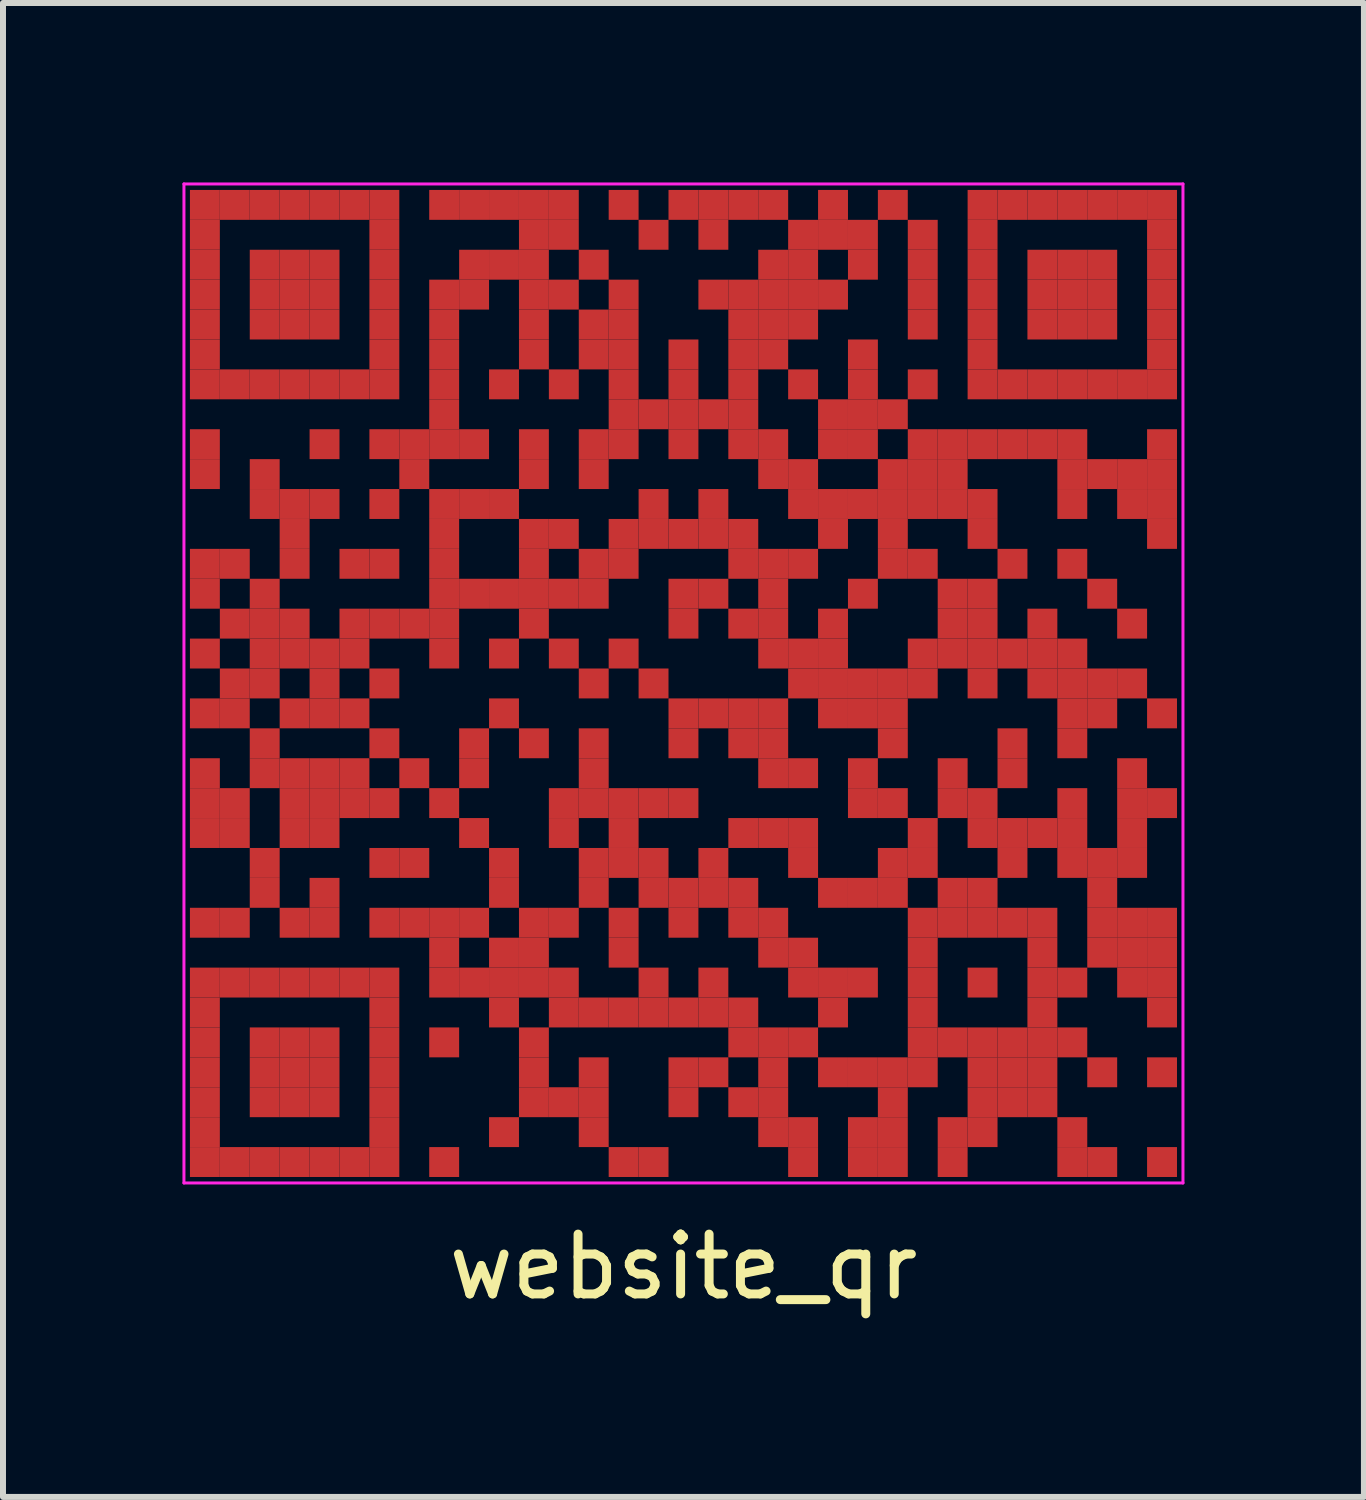
<source format=kicad_pcb>
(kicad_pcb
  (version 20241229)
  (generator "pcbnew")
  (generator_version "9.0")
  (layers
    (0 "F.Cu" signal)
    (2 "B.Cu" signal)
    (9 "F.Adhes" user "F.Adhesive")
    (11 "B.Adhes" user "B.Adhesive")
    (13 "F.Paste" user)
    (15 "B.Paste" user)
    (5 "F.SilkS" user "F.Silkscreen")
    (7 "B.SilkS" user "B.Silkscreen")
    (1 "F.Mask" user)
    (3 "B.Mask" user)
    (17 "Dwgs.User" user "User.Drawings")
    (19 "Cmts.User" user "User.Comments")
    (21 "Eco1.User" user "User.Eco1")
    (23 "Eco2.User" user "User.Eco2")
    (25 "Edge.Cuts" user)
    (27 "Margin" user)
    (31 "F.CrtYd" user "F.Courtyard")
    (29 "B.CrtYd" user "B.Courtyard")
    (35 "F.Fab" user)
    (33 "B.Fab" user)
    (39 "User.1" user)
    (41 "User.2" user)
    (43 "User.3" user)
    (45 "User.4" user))
  (footprint "website_qr"
    (layer "F.Cu")
    (at 8.375 8.375)
    (property "Reference" "website_qr" (at 0 9.75 0) (layer "F.SilkS") (effects (font (size 1 1) (thickness 0.15))))
    (fp_rect (start -8.3 -8.3) (end 8.3 8.3) (stroke (width 0) (type solid)) (fill yes) (layer "F.Mask"))
    (fp_line (start -8.35 -8.35) (end 8.35 -8.35) (stroke (width 0.05) (type solid)) (layer "F.CrtYd"))
    (fp_line (start -8.35 8.35) (end -8.35 -8.35) (stroke (width 0.05) (type solid)) (layer "F.CrtYd"))
    (fp_line (start 8.35 -8.35) (end 8.35 8.35) (stroke (width 0.05) (type solid)) (layer "F.CrtYd"))
    (fp_line (start 8.35 8.35) (end -8.35 8.35) (stroke (width 0.05) (type solid)) (layer "F.CrtYd"))
    (pad "" smd rect (at -8 -8) (size 0.5 0.5) (layers "F.Cu"))
    (pad "" smd rect (at -8 -7.5) (size 0.5 0.5) (layers "F.Cu"))
    (pad "" smd rect (at -8 -7) (size 0.5 0.5) (layers "F.Cu"))
    (pad "" smd rect (at -8 -6.5) (size 0.5 0.5) (layers "F.Cu"))
    (pad "" smd rect (at -8 -6) (size 0.5 0.5) (layers "F.Cu"))
    (pad "" smd rect (at -8 -5.5) (size 0.5 0.5) (layers "F.Cu"))
    (pad "" smd rect (at -8 -5) (size 0.5 0.5) (layers "F.Cu"))
    (pad "" smd rect (at -8 -4) (size 0.5 0.5) (layers "F.Cu"))
    (pad "" smd rect (at -8 -3.5) (size 0.5 0.5) (layers "F.Cu"))
    (pad "" smd rect (at -8 -2) (size 0.5 0.5) (layers "F.Cu"))
    (pad "" smd rect (at -8 -1.5) (size 0.5 0.5) (layers "F.Cu"))
    (pad "" smd rect (at -8 -0.5) (size 0.5 0.5) (layers "F.Cu"))
    (pad "" smd rect (at -8 0.5) (size 0.5 0.5) (layers "F.Cu"))
    (pad "" smd rect (at -8 1.5) (size 0.5 0.5) (layers "F.Cu"))
    (pad "" smd rect (at -8 2) (size 0.5 0.5) (layers "F.Cu"))
    (pad "" smd rect (at -8 2.5) (size 0.5 0.5) (layers "F.Cu"))
    (pad "" smd rect (at -8 4) (size 0.5 0.5) (layers "F.Cu"))
    (pad "" smd rect (at -8 5) (size 0.5 0.5) (layers "F.Cu"))
    (pad "" smd rect (at -8 5.5) (size 0.5 0.5) (layers "F.Cu"))
    (pad "" smd rect (at -8 6) (size 0.5 0.5) (layers "F.Cu"))
    (pad "" smd rect (at -8 6.5) (size 0.5 0.5) (layers "F.Cu"))
    (pad "" smd rect (at -8 7) (size 0.5 0.5) (layers "F.Cu"))
    (pad "" smd rect (at -8 7.5) (size 0.5 0.5) (layers "F.Cu"))
    (pad "" smd rect (at -8 8) (size 0.5 0.5) (layers "F.Cu"))
    (pad "" smd rect (at -7.5 -8) (size 0.5 0.5) (layers "F.Cu"))
    (pad "" smd rect (at -7.5 -5) (size 0.5 0.5) (layers "F.Cu"))
    (pad "" smd rect (at -7.5 -2) (size 0.5 0.5) (layers "F.Cu"))
    (pad "" smd rect (at -7.5 -1) (size 0.5 0.5) (layers "F.Cu"))
    (pad "" smd rect (at -7.5 0) (size 0.5 0.5) (layers "F.Cu"))
    (pad "" smd rect (at -7.5 0.5) (size 0.5 0.5) (layers "F.Cu"))
    (pad "" smd rect (at -7.5 2) (size 0.5 0.5) (layers "F.Cu"))
    (pad "" smd rect (at -7.5 2.5) (size 0.5 0.5) (layers "F.Cu"))
    (pad "" smd rect (at -7.5 4) (size 0.5 0.5) (layers "F.Cu"))
    (pad "" smd rect (at -7.5 5) (size 0.5 0.5) (layers "F.Cu"))
    (pad "" smd rect (at -7.5 8) (size 0.5 0.5) (layers "F.Cu"))
    (pad "" smd rect (at -7 -8) (size 0.5 0.5) (layers "F.Cu"))
    (pad "" smd rect (at -7 -7) (size 0.5 0.5) (layers "F.Cu"))
    (pad "" smd rect (at -7 -6.5) (size 0.5 0.5) (layers "F.Cu"))
    (pad "" smd rect (at -7 -6) (size 0.5 0.5) (layers "F.Cu"))
    (pad "" smd rect (at -7 -5) (size 0.5 0.5) (layers "F.Cu"))
    (pad "" smd rect (at -7 -3.5) (size 0.5 0.5) (layers "F.Cu"))
    (pad "" smd rect (at -7 -3) (size 0.5 0.5) (layers "F.Cu"))
    (pad "" smd rect (at -7 -1.5) (size 0.5 0.5) (layers "F.Cu"))
    (pad "" smd rect (at -7 -1) (size 0.5 0.5) (layers "F.Cu"))
    (pad "" smd rect (at -7 -0.5) (size 0.5 0.5) (layers "F.Cu"))
    (pad "" smd rect (at -7 0) (size 0.5 0.5) (layers "F.Cu"))
    (pad "" smd rect (at -7 1) (size 0.5 0.5) (layers "F.Cu"))
    (pad "" smd rect (at -7 1.5) (size 0.5 0.5) (layers "F.Cu"))
    (pad "" smd rect (at -7 3) (size 0.5 0.5) (layers "F.Cu"))
    (pad "" smd rect (at -7 3.5) (size 0.5 0.5) (layers "F.Cu"))
    (pad "" smd rect (at -7 5) (size 0.5 0.5) (layers "F.Cu"))
    (pad "" smd rect (at -7 6) (size 0.5 0.5) (layers "F.Cu"))
    (pad "" smd rect (at -7 6.5) (size 0.5 0.5) (layers "F.Cu"))
    (pad "" smd rect (at -7 7) (size 0.5 0.5) (layers "F.Cu"))
    (pad "" smd rect (at -7 8) (size 0.5 0.5) (layers "F.Cu"))
    (pad "" smd rect (at -6.5 -8) (size 0.5 0.5) (layers "F.Cu"))
    (pad "" smd rect (at -6.5 -7) (size 0.5 0.5) (layers "F.Cu"))
    (pad "" smd rect (at -6.5 -6.5) (size 0.5 0.5) (layers "F.Cu"))
    (pad "" smd rect (at -6.5 -6) (size 0.5 0.5) (layers "F.Cu"))
    (pad "" smd rect (at -6.5 -5) (size 0.5 0.5) (layers "F.Cu"))
    (pad "" smd rect (at -6.5 -3) (size 0.5 0.5) (layers "F.Cu"))
    (pad "" smd rect (at -6.5 -2.5) (size 0.5 0.5) (layers "F.Cu"))
    (pad "" smd rect (at -6.5 -2) (size 0.5 0.5) (layers "F.Cu"))
    (pad "" smd rect (at -6.5 -1) (size 0.5 0.5) (layers "F.Cu"))
    (pad "" smd rect (at -6.5 -0.5) (size 0.5 0.5) (layers "F.Cu"))
    (pad "" smd rect (at -6.5 0.5) (size 0.5 0.5) (layers "F.Cu"))
    (pad "" smd rect (at -6.5 1.5) (size 0.5 0.5) (layers "F.Cu"))
    (pad "" smd rect (at -6.5 2) (size 0.5 0.5) (layers "F.Cu"))
    (pad "" smd rect (at -6.5 2.5) (size 0.5 0.5) (layers "F.Cu"))
    (pad "" smd rect (at -6.5 4) (size 0.5 0.5) (layers "F.Cu"))
    (pad "" smd rect (at -6.5 5) (size 0.5 0.5) (layers "F.Cu"))
    (pad "" smd rect (at -6.5 6) (size 0.5 0.5) (layers "F.Cu"))
    (pad "" smd rect (at -6.5 6.5) (size 0.5 0.5) (layers "F.Cu"))
    (pad "" smd rect (at -6.5 7) (size 0.5 0.5) (layers "F.Cu"))
    (pad "" smd rect (at -6.5 8) (size 0.5 0.5) (layers "F.Cu"))
    (pad "" smd rect (at -6 -8) (size 0.5 0.5) (layers "F.Cu"))
    (pad "" smd rect (at -6 -7) (size 0.5 0.5) (layers "F.Cu"))
    (pad "" smd rect (at -6 -6.5) (size 0.5 0.5) (layers "F.Cu"))
    (pad "" smd rect (at -6 -6) (size 0.5 0.5) (layers "F.Cu"))
    (pad "" smd rect (at -6 -5) (size 0.5 0.5) (layers "F.Cu"))
    (pad "" smd rect (at -6 -4) (size 0.5 0.5) (layers "F.Cu"))
    (pad "" smd rect (at -6 -3) (size 0.5 0.5) (layers "F.Cu"))
    (pad "" smd rect (at -6 -0.5) (size 0.5 0.5) (layers "F.Cu"))
    (pad "" smd rect (at -6 0) (size 0.5 0.5) (layers "F.Cu"))
    (pad "" smd rect (at -6 0.5) (size 0.5 0.5) (layers "F.Cu"))
    (pad "" smd rect (at -6 1.5) (size 0.5 0.5) (layers "F.Cu"))
    (pad "" smd rect (at -6 2) (size 0.5 0.5) (layers "F.Cu"))
    (pad "" smd rect (at -6 2.5) (size 0.5 0.5) (layers "F.Cu"))
    (pad "" smd rect (at -6 3.5) (size 0.5 0.5) (layers "F.Cu"))
    (pad "" smd rect (at -6 4) (size 0.5 0.5) (layers "F.Cu"))
    (pad "" smd rect (at -6 5) (size 0.5 0.5) (layers "F.Cu"))
    (pad "" smd rect (at -6 6) (size 0.5 0.5) (layers "F.Cu"))
    (pad "" smd rect (at -6 6.5) (size 0.5 0.5) (layers "F.Cu"))
    (pad "" smd rect (at -6 7) (size 0.5 0.5) (layers "F.Cu"))
    (pad "" smd rect (at -6 8) (size 0.5 0.5) (layers "F.Cu"))
    (pad "" smd rect (at -5.5 -8) (size 0.5 0.5) (layers "F.Cu"))
    (pad "" smd rect (at -5.5 -5) (size 0.5 0.5) (layers "F.Cu"))
    (pad "" smd rect (at -5.5 -2) (size 0.5 0.5) (layers "F.Cu"))
    (pad "" smd rect (at -5.5 -1) (size 0.5 0.5) (layers "F.Cu"))
    (pad "" smd rect (at -5.5 -0.5) (size 0.5 0.5) (layers "F.Cu"))
    (pad "" smd rect (at -5.5 0.5) (size 0.5 0.5) (layers "F.Cu"))
    (pad "" smd rect (at -5.5 1.5) (size 0.5 0.5) (layers "F.Cu"))
    (pad "" smd rect (at -5.5 2) (size 0.5 0.5) (layers "F.Cu"))
    (pad "" smd rect (at -5.5 5) (size 0.5 0.5) (layers "F.Cu"))
    (pad "" smd rect (at -5.5 8) (size 0.5 0.5) (layers "F.Cu"))
    (pad "" smd rect (at -5 -8) (size 0.5 0.5) (layers "F.Cu"))
    (pad "" smd rect (at -5 -7.5) (size 0.5 0.5) (layers "F.Cu"))
    (pad "" smd rect (at -5 -7) (size 0.5 0.5) (layers "F.Cu"))
    (pad "" smd rect (at -5 -6.5) (size 0.5 0.5) (layers "F.Cu"))
    (pad "" smd rect (at -5 -6) (size 0.5 0.5) (layers "F.Cu"))
    (pad "" smd rect (at -5 -5.5) (size 0.5 0.5) (layers "F.Cu"))
    (pad "" smd rect (at -5 -5) (size 0.5 0.5) (layers "F.Cu"))
    (pad "" smd rect (at -5 -4) (size 0.5 0.5) (layers "F.Cu"))
    (pad "" smd rect (at -5 -3) (size 0.5 0.5) (layers "F.Cu"))
    (pad "" smd rect (at -5 -2) (size 0.5 0.5) (layers "F.Cu"))
    (pad "" smd rect (at -5 -1) (size 0.5 0.5) (layers "F.Cu"))
    (pad "" smd rect (at -5 0) (size 0.5 0.5) (layers "F.Cu"))
    (pad "" smd rect (at -5 1) (size 0.5 0.5) (layers "F.Cu"))
    (pad "" smd rect (at -5 2) (size 0.5 0.5) (layers "F.Cu"))
    (pad "" smd rect (at -5 3) (size 0.5 0.5) (layers "F.Cu"))
    (pad "" smd rect (at -5 4) (size 0.5 0.5) (layers "F.Cu"))
    (pad "" smd rect (at -5 5) (size 0.5 0.5) (layers "F.Cu"))
    (pad "" smd rect (at -5 5.5) (size 0.5 0.5) (layers "F.Cu"))
    (pad "" smd rect (at -5 6) (size 0.5 0.5) (layers "F.Cu"))
    (pad "" smd rect (at -5 6.5) (size 0.5 0.5) (layers "F.Cu"))
    (pad "" smd rect (at -5 7) (size 0.5 0.5) (layers "F.Cu"))
    (pad "" smd rect (at -5 7.5) (size 0.5 0.5) (layers "F.Cu"))
    (pad "" smd rect (at -5 8) (size 0.5 0.5) (layers "F.Cu"))
    (pad "" smd rect (at -4.5 -4) (size 0.5 0.5) (layers "F.Cu"))
    (pad "" smd rect (at -4.5 -3.5) (size 0.5 0.5) (layers "F.Cu"))
    (pad "" smd rect (at -4.5 -1) (size 0.5 0.5) (layers "F.Cu"))
    (pad "" smd rect (at -4.5 1.5) (size 0.5 0.5) (layers "F.Cu"))
    (pad "" smd rect (at -4.5 3) (size 0.5 0.5) (layers "F.Cu"))
    (pad "" smd rect (at -4.5 4) (size 0.5 0.5) (layers "F.Cu"))
    (pad "" smd rect (at -4 -8) (size 0.5 0.5) (layers "F.Cu"))
    (pad "" smd rect (at -4 -6.5) (size 0.5 0.5) (layers "F.Cu"))
    (pad "" smd rect (at -4 -6) (size 0.5 0.5) (layers "F.Cu"))
    (pad "" smd rect (at -4 -5.5) (size 0.5 0.5) (layers "F.Cu"))
    (pad "" smd rect (at -4 -5) (size 0.5 0.5) (layers "F.Cu"))
    (pad "" smd rect (at -4 -4.5) (size 0.5 0.5) (layers "F.Cu"))
    (pad "" smd rect (at -4 -4) (size 0.5 0.5) (layers "F.Cu"))
    (pad "" smd rect (at -4 -3) (size 0.5 0.5) (layers "F.Cu"))
    (pad "" smd rect (at -4 -2.5) (size 0.5 0.5) (layers "F.Cu"))
    (pad "" smd rect (at -4 -2) (size 0.5 0.5) (layers "F.Cu"))
    (pad "" smd rect (at -4 -1.5) (size 0.5 0.5) (layers "F.Cu"))
    (pad "" smd rect (at -4 -1) (size 0.5 0.5) (layers "F.Cu"))
    (pad "" smd rect (at -4 -0.5) (size 0.5 0.5) (layers "F.Cu"))
    (pad "" smd rect (at -4 2) (size 0.5 0.5) (layers "F.Cu"))
    (pad "" smd rect (at -4 4) (size 0.5 0.5) (layers "F.Cu"))
    (pad "" smd rect (at -4 4.5) (size 0.5 0.5) (layers "F.Cu"))
    (pad "" smd rect (at -4 5) (size 0.5 0.5) (layers "F.Cu"))
    (pad "" smd rect (at -4 6) (size 0.5 0.5) (layers "F.Cu"))
    (pad "" smd rect (at -4 8) (size 0.5 0.5) (layers "F.Cu"))
    (pad "" smd rect (at -3.5 -8) (size 0.5 0.5) (layers "F.Cu"))
    (pad "" smd rect (at -3.5 -7) (size 0.5 0.5) (layers "F.Cu"))
    (pad "" smd rect (at -3.5 -6.5) (size 0.5 0.5) (layers "F.Cu"))
    (pad "" smd rect (at -3.5 -4) (size 0.5 0.5) (layers "F.Cu"))
    (pad "" smd rect (at -3.5 -3) (size 0.5 0.5) (layers "F.Cu"))
    (pad "" smd rect (at -3.5 -1.5) (size 0.5 0.5) (layers "F.Cu"))
    (pad "" smd rect (at -3.5 1) (size 0.5 0.5) (layers "F.Cu"))
    (pad "" smd rect (at -3.5 1.5) (size 0.5 0.5) (layers "F.Cu"))
    (pad "" smd rect (at -3.5 2.5) (size 0.5 0.5) (layers "F.Cu"))
    (pad "" smd rect (at -3.5 4) (size 0.5 0.5) (layers "F.Cu"))
    (pad "" smd rect (at -3.5 5) (size 0.5 0.5) (layers "F.Cu"))
    (pad "" smd rect (at -3 -8) (size 0.5 0.5) (layers "F.Cu"))
    (pad "" smd rect (at -3 -7) (size 0.5 0.5) (layers "F.Cu"))
    (pad "" smd rect (at -3 -5) (size 0.5 0.5) (layers "F.Cu"))
    (pad "" smd rect (at -3 -3) (size 0.5 0.5) (layers "F.Cu"))
    (pad "" smd rect (at -3 -1.5) (size 0.5 0.5) (layers "F.Cu"))
    (pad "" smd rect (at -3 -0.5) (size 0.5 0.5) (layers "F.Cu"))
    (pad "" smd rect (at -3 0.5) (size 0.5 0.5) (layers "F.Cu"))
    (pad "" smd rect (at -3 3) (size 0.5 0.5) (layers "F.Cu"))
    (pad "" smd rect (at -3 3.5) (size 0.5 0.5) (layers "F.Cu"))
    (pad "" smd rect (at -3 4.5) (size 0.5 0.5) (layers "F.Cu"))
    (pad "" smd rect (at -3 5) (size 0.5 0.5) (layers "F.Cu"))
    (pad "" smd rect (at -3 5.5) (size 0.5 0.5) (layers "F.Cu"))
    (pad "" smd rect (at -3 7.5) (size 0.5 0.5) (layers "F.Cu"))
    (pad "" smd rect (at -2.5 -8) (size 0.5 0.5) (layers "F.Cu"))
    (pad "" smd rect (at -2.5 -7.5) (size 0.5 0.5) (layers "F.Cu"))
    (pad "" smd rect (at -2.5 -7) (size 0.5 0.5) (layers "F.Cu"))
    (pad "" smd rect (at -2.5 -6.5) (size 0.5 0.5) (layers "F.Cu"))
    (pad "" smd rect (at -2.5 -6) (size 0.5 0.5) (layers "F.Cu"))
    (pad "" smd rect (at -2.5 -5.5) (size 0.5 0.5) (layers "F.Cu"))
    (pad "" smd rect (at -2.5 -4) (size 0.5 0.5) (layers "F.Cu"))
    (pad "" smd rect (at -2.5 -3.5) (size 0.5 0.5) (layers "F.Cu"))
    (pad "" smd rect (at -2.5 -2.5) (size 0.5 0.5) (layers "F.Cu"))
    (pad "" smd rect (at -2.5 -2) (size 0.5 0.5) (layers "F.Cu"))
    (pad "" smd rect (at -2.5 -1.5) (size 0.5 0.5) (layers "F.Cu"))
    (pad "" smd rect (at -2.5 -1) (size 0.5 0.5) (layers "F.Cu"))
    (pad "" smd rect (at -2.5 1) (size 0.5 0.5) (layers "F.Cu"))
    (pad "" smd rect (at -2.5 4) (size 0.5 0.5) (layers "F.Cu"))
    (pad "" smd rect (at -2.5 4.5) (size 0.5 0.5) (layers "F.Cu"))
    (pad "" smd rect (at -2.5 5) (size 0.5 0.5) (layers "F.Cu"))
    (pad "" smd rect (at -2.5 6) (size 0.5 0.5) (layers "F.Cu"))
    (pad "" smd rect (at -2.5 6.5) (size 0.5 0.5) (layers "F.Cu"))
    (pad "" smd rect (at -2.5 7) (size 0.5 0.5) (layers "F.Cu"))
    (pad "" smd rect (at -2 -8) (size 0.5 0.5) (layers "F.Cu"))
    (pad "" smd rect (at -2 -7.5) (size 0.5 0.5) (layers "F.Cu"))
    (pad "" smd rect (at -2 -6.5) (size 0.5 0.5) (layers "F.Cu"))
    (pad "" smd rect (at -2 -5) (size 0.5 0.5) (layers "F.Cu"))
    (pad "" smd rect (at -2 -2.5) (size 0.5 0.5) (layers "F.Cu"))
    (pad "" smd rect (at -2 -1.5) (size 0.5 0.5) (layers "F.Cu"))
    (pad "" smd rect (at -2 -0.5) (size 0.5 0.5) (layers "F.Cu"))
    (pad "" smd rect (at -2 2) (size 0.5 0.5) (layers "F.Cu"))
    (pad "" smd rect (at -2 2.5) (size 0.5 0.5) (layers "F.Cu"))
    (pad "" smd rect (at -2 4) (size 0.5 0.5) (layers "F.Cu"))
    (pad "" smd rect (at -2 5) (size 0.5 0.5) (layers "F.Cu"))
    (pad "" smd rect (at -2 5.5) (size 0.5 0.5) (layers "F.Cu"))
    (pad "" smd rect (at -2 7) (size 0.5 0.5) (layers "F.Cu"))
    (pad "" smd rect (at -1.5 -7) (size 0.5 0.5) (layers "F.Cu"))
    (pad "" smd rect (at -1.5 -6) (size 0.5 0.5) (layers "F.Cu"))
    (pad "" smd rect (at -1.5 -5.5) (size 0.5 0.5) (layers "F.Cu"))
    (pad "" smd rect (at -1.5 -4) (size 0.5 0.5) (layers "F.Cu"))
    (pad "" smd rect (at -1.5 -3.5) (size 0.5 0.5) (layers "F.Cu"))
    (pad "" smd rect (at -1.5 -2) (size 0.5 0.5) (layers "F.Cu"))
    (pad "" smd rect (at -1.5 -1.5) (size 0.5 0.5) (layers "F.Cu"))
    (pad "" smd rect (at -1.5 0) (size 0.5 0.5) (layers "F.Cu"))
    (pad "" smd rect (at -1.5 1) (size 0.5 0.5) (layers "F.Cu"))
    (pad "" smd rect (at -1.5 1.5) (size 0.5 0.5) (layers "F.Cu"))
    (pad "" smd rect (at -1.5 2) (size 0.5 0.5) (layers "F.Cu"))
    (pad "" smd rect (at -1.5 3) (size 0.5 0.5) (layers "F.Cu"))
    (pad "" smd rect (at -1.5 3.5) (size 0.5 0.5) (layers "F.Cu"))
    (pad "" smd rect (at -1.5 5.5) (size 0.5 0.5) (layers "F.Cu"))
    (pad "" smd rect (at -1.5 6.5) (size 0.5 0.5) (layers "F.Cu"))
    (pad "" smd rect (at -1.5 7) (size 0.5 0.5) (layers "F.Cu"))
    (pad "" smd rect (at -1.5 7.5) (size 0.5 0.5) (layers "F.Cu"))
    (pad "" smd rect (at -1 -8) (size 0.5 0.5) (layers "F.Cu"))
    (pad "" smd rect (at -1 -6.5) (size 0.5 0.5) (layers "F.Cu"))
    (pad "" smd rect (at -1 -6) (size 0.5 0.5) (layers "F.Cu"))
    (pad "" smd rect (at -1 -5.5) (size 0.5 0.5) (layers "F.Cu"))
    (pad "" smd rect (at -1 -5) (size 0.5 0.5) (layers "F.Cu"))
    (pad "" smd rect (at -1 -4.5) (size 0.5 0.5) (layers "F.Cu"))
    (pad "" smd rect (at -1 -4) (size 0.5 0.5) (layers "F.Cu"))
    (pad "" smd rect (at -1 -2.5) (size 0.5 0.5) (layers "F.Cu"))
    (pad "" smd rect (at -1 -2) (size 0.5 0.5) (layers "F.Cu"))
    (pad "" smd rect (at -1 -0.5) (size 0.5 0.5) (layers "F.Cu"))
    (pad "" smd rect (at -1 2) (size 0.5 0.5) (layers "F.Cu"))
    (pad "" smd rect (at -1 2.5) (size 0.5 0.5) (layers "F.Cu"))
    (pad "" smd rect (at -1 3) (size 0.5 0.5) (layers "F.Cu"))
    (pad "" smd rect (at -1 4) (size 0.5 0.5) (layers "F.Cu"))
    (pad "" smd rect (at -1 4.5) (size 0.5 0.5) (layers "F.Cu"))
    (pad "" smd rect (at -1 5.5) (size 0.5 0.5) (layers "F.Cu"))
    (pad "" smd rect (at -1 8) (size 0.5 0.5) (layers "F.Cu"))
    (pad "" smd rect (at -0.5 -7.5) (size 0.5 0.5) (layers "F.Cu"))
    (pad "" smd rect (at -0.5 -4.5) (size 0.5 0.5) (layers "F.Cu"))
    (pad "" smd rect (at -0.5 -3) (size 0.5 0.5) (layers "F.Cu"))
    (pad "" smd rect (at -0.5 -2.5) (size 0.5 0.5) (layers "F.Cu"))
    (pad "" smd rect (at -0.5 0) (size 0.5 0.5) (layers "F.Cu"))
    (pad "" smd rect (at -0.5 2) (size 0.5 0.5) (layers "F.Cu"))
    (pad "" smd rect (at -0.5 3) (size 0.5 0.5) (layers "F.Cu"))
    (pad "" smd rect (at -0.5 3.5) (size 0.5 0.5) (layers "F.Cu"))
    (pad "" smd rect (at -0.5 5) (size 0.5 0.5) (layers "F.Cu"))
    (pad "" smd rect (at -0.5 5.5) (size 0.5 0.5) (layers "F.Cu"))
    (pad "" smd rect (at -0.5 8) (size 0.5 0.5) (layers "F.Cu"))
    (pad "" smd rect (at 0 -8) (size 0.5 0.5) (layers "F.Cu"))
    (pad "" smd rect (at 0 -5.5) (size 0.5 0.5) (layers "F.Cu"))
    (pad "" smd rect (at 0 -5) (size 0.5 0.5) (layers "F.Cu"))
    (pad "" smd rect (at 0 -4.5) (size 0.5 0.5) (layers "F.Cu"))
    (pad "" smd rect (at 0 -4) (size 0.5 0.5) (layers "F.Cu"))
    (pad "" smd rect (at 0 -2.5) (size 0.5 0.5) (layers "F.Cu"))
    (pad "" smd rect (at 0 -1.5) (size 0.5 0.5) (layers "F.Cu"))
    (pad "" smd rect (at 0 -1) (size 0.5 0.5) (layers "F.Cu"))
    (pad "" smd rect (at 0 0.5) (size 0.5 0.5) (layers "F.Cu"))
    (pad "" smd rect (at 0 1) (size 0.5 0.5) (layers "F.Cu"))
    (pad "" smd rect (at 0 2) (size 0.5 0.5) (layers "F.Cu"))
    (pad "" smd rect (at 0 3.5) (size 0.5 0.5) (layers "F.Cu"))
    (pad "" smd rect (at 0 4) (size 0.5 0.5) (layers "F.Cu"))
    (pad "" smd rect (at 0 5.5) (size 0.5 0.5) (layers "F.Cu"))
    (pad "" smd rect (at 0 6.5) (size 0.5 0.5) (layers "F.Cu"))
    (pad "" smd rect (at 0 7) (size 0.5 0.5) (layers "F.Cu"))
    (pad "" smd rect (at 0.5 -8) (size 0.5 0.5) (layers "F.Cu"))
    (pad "" smd rect (at 0.5 -7.5) (size 0.5 0.5) (layers "F.Cu"))
    (pad "" smd rect (at 0.5 -6.5) (size 0.5 0.5) (layers "F.Cu"))
    (pad "" smd rect (at 0.5 -4.5) (size 0.5 0.5) (layers "F.Cu"))
    (pad "" smd rect (at 0.5 -3) (size 0.5 0.5) (layers "F.Cu"))
    (pad "" smd rect (at 0.5 -2.5) (size 0.5 0.5) (layers "F.Cu"))
    (pad "" smd rect (at 0.5 -1.5) (size 0.5 0.5) (layers "F.Cu"))
    (pad "" smd rect (at 0.5 0.5) (size 0.5 0.5) (layers "F.Cu"))
    (pad "" smd rect (at 0.5 3) (size 0.5 0.5) (layers "F.Cu"))
    (pad "" smd rect (at 0.5 3.5) (size 0.5 0.5) (layers "F.Cu"))
    (pad "" smd rect (at 0.5 5) (size 0.5 0.5) (layers "F.Cu"))
    (pad "" smd rect (at 0.5 5.5) (size 0.5 0.5) (layers "F.Cu"))
    (pad "" smd rect (at 0.5 6.5) (size 0.5 0.5) (layers "F.Cu"))
    (pad "" smd rect (at 1 -8) (size 0.5 0.5) (layers "F.Cu"))
    (pad "" smd rect (at 1 -6.5) (size 0.5 0.5) (layers "F.Cu"))
    (pad "" smd rect (at 1 -6) (size 0.5 0.5) (layers "F.Cu"))
    (pad "" smd rect (at 1 -5.5) (size 0.5 0.5) (layers "F.Cu"))
    (pad "" smd rect (at 1 -5) (size 0.5 0.5) (layers "F.Cu"))
    (pad "" smd rect (at 1 -4.5) (size 0.5 0.5) (layers "F.Cu"))
    (pad "" smd rect (at 1 -4) (size 0.5 0.5) (layers "F.Cu"))
    (pad "" smd rect (at 1 -2.5) (size 0.5 0.5) (layers "F.Cu"))
    (pad "" smd rect (at 1 -2) (size 0.5 0.5) (layers "F.Cu"))
    (pad "" smd rect (at 1 -1) (size 0.5 0.5) (layers "F.Cu"))
    (pad "" smd rect (at 1 0.5) (size 0.5 0.5) (layers "F.Cu"))
    (pad "" smd rect (at 1 1) (size 0.5 0.5) (layers "F.Cu"))
    (pad "" smd rect (at 1 2.5) (size 0.5 0.5) (layers "F.Cu"))
    (pad "" smd rect (at 1 3.5) (size 0.5 0.5) (layers "F.Cu"))
    (pad "" smd rect (at 1 4) (size 0.5 0.5) (layers "F.Cu"))
    (pad "" smd rect (at 1 5.5) (size 0.5 0.5) (layers "F.Cu"))
    (pad "" smd rect (at 1 6) (size 0.5 0.5) (layers "F.Cu"))
    (pad "" smd rect (at 1 7) (size 0.5 0.5) (layers "F.Cu"))
    (pad "" smd rect (at 1.5 -8) (size 0.5 0.5) (layers "F.Cu"))
    (pad "" smd rect (at 1.5 -7) (size 0.5 0.5) (layers "F.Cu"))
    (pad "" smd rect (at 1.5 -6.5) (size 0.5 0.5) (layers "F.Cu"))
    (pad "" smd rect (at 1.5 -6) (size 0.5 0.5) (layers "F.Cu"))
    (pad "" smd rect (at 1.5 -5.5) (size 0.5 0.5) (layers "F.Cu"))
    (pad "" smd rect (at 1.5 -4) (size 0.5 0.5) (layers "F.Cu"))
    (pad "" smd rect (at 1.5 -3.5) (size 0.5 0.5) (layers "F.Cu"))
    (pad "" smd rect (at 1.5 -2) (size 0.5 0.5) (layers "F.Cu"))
    (pad "" smd rect (at 1.5 -1.5) (size 0.5 0.5) (layers "F.Cu"))
    (pad "" smd rect (at 1.5 -1) (size 0.5 0.5) (layers "F.Cu"))
    (pad "" smd rect (at 1.5 -0.5) (size 0.5 0.5) (layers "F.Cu"))
    (pad "" smd rect (at 1.5 0.5) (size 0.5 0.5) (layers "F.Cu"))
    (pad "" smd rect (at 1.5 1) (size 0.5 0.5) (layers "F.Cu"))
    (pad "" smd rect (at 1.5 1.5) (size 0.5 0.5) (layers "F.Cu"))
    (pad "" smd rect (at 1.5 2.5) (size 0.5 0.5) (layers "F.Cu"))
    (pad "" smd rect (at 1.5 4) (size 0.5 0.5) (layers "F.Cu"))
    (pad "" smd rect (at 1.5 4.5) (size 0.5 0.5) (layers "F.Cu"))
    (pad "" smd rect (at 1.5 6) (size 0.5 0.5) (layers "F.Cu"))
    (pad "" smd rect (at 1.5 6.5) (size 0.5 0.5) (layers "F.Cu"))
    (pad "" smd rect (at 1.5 7) (size 0.5 0.5) (layers "F.Cu"))
    (pad "" smd rect (at 1.5 7.5) (size 0.5 0.5) (layers "F.Cu"))
    (pad "" smd rect (at 2 -7.5) (size 0.5 0.5) (layers "F.Cu"))
    (pad "" smd rect (at 2 -7) (size 0.5 0.5) (layers "F.Cu"))
    (pad "" smd rect (at 2 -6.5) (size 0.5 0.5) (layers "F.Cu"))
    (pad "" smd rect (at 2 -6) (size 0.5 0.5) (layers "F.Cu"))
    (pad "" smd rect (at 2 -5) (size 0.5 0.5) (layers "F.Cu"))
    (pad "" smd rect (at 2 -3.5) (size 0.5 0.5) (layers "F.Cu"))
    (pad "" smd rect (at 2 -3) (size 0.5 0.5) (layers "F.Cu"))
    (pad "" smd rect (at 2 -2) (size 0.5 0.5) (layers "F.Cu"))
    (pad "" smd rect (at 2 -0.5) (size 0.5 0.5) (layers "F.Cu"))
    (pad "" smd rect (at 2 0) (size 0.5 0.5) (layers "F.Cu"))
    (pad "" smd rect (at 2 1.5) (size 0.5 0.5) (layers "F.Cu"))
    (pad "" smd rect (at 2 2.5) (size 0.5 0.5) (layers "F.Cu"))
    (pad "" smd rect (at 2 3) (size 0.5 0.5) (layers "F.Cu"))
    (pad "" smd rect (at 2 4.5) (size 0.5 0.5) (layers "F.Cu"))
    (pad "" smd rect (at 2 5) (size 0.5 0.5) (layers "F.Cu"))
    (pad "" smd rect (at 2 6) (size 0.5 0.5) (layers "F.Cu"))
    (pad "" smd rect (at 2 7.5) (size 0.5 0.5) (layers "F.Cu"))
    (pad "" smd rect (at 2 8) (size 0.5 0.5) (layers "F.Cu"))
    (pad "" smd rect (at 2.5 -8) (size 0.5 0.5) (layers "F.Cu"))
    (pad "" smd rect (at 2.5 -7.5) (size 0.5 0.5) (layers "F.Cu"))
    (pad "" smd rect (at 2.5 -6.5) (size 0.5 0.5) (layers "F.Cu"))
    (pad "" smd rect (at 2.5 -4.5) (size 0.5 0.5) (layers "F.Cu"))
    (pad "" smd rect (at 2.5 -4) (size 0.5 0.5) (layers "F.Cu"))
    (pad "" smd rect (at 2.5 -3) (size 0.5 0.5) (layers "F.Cu"))
    (pad "" smd rect (at 2.5 -2.5) (size 0.5 0.5) (layers "F.Cu"))
    (pad "" smd rect (at 2.5 -1) (size 0.5 0.5) (layers "F.Cu"))
    (pad "" smd rect (at 2.5 -0.5) (size 0.5 0.5) (layers "F.Cu"))
    (pad "" smd rect (at 2.5 0) (size 0.5 0.5) (layers "F.Cu"))
    (pad "" smd rect (at 2.5 0.5) (size 0.5 0.5) (layers "F.Cu"))
    (pad "" smd rect (at 2.5 3.5) (size 0.5 0.5) (layers "F.Cu"))
    (pad "" smd rect (at 2.5 5) (size 0.5 0.5) (layers "F.Cu"))
    (pad "" smd rect (at 2.5 5.5) (size 0.5 0.5) (layers "F.Cu"))
    (pad "" smd rect (at 2.5 6.5) (size 0.5 0.5) (layers "F.Cu"))
    (pad "" smd rect (at 3 -7.5) (size 0.5 0.5) (layers "F.Cu"))
    (pad "" smd rect (at 3 -7) (size 0.5 0.5) (layers "F.Cu"))
    (pad "" smd rect (at 3 -5.5) (size 0.5 0.5) (layers "F.Cu"))
    (pad "" smd rect (at 3 -5) (size 0.5 0.5) (layers "F.Cu"))
    (pad "" smd rect (at 3 -4.5) (size 0.5 0.5) (layers "F.Cu"))
    (pad "" smd rect (at 3 -4) (size 0.5 0.5) (layers "F.Cu"))
    (pad "" smd rect (at 3 -3) (size 0.5 0.5) (layers "F.Cu"))
    (pad "" smd rect (at 3 -1.5) (size 0.5 0.5) (layers "F.Cu"))
    (pad "" smd rect (at 3 0) (size 0.5 0.5) (layers "F.Cu"))
    (pad "" smd rect (at 3 0.5) (size 0.5 0.5) (layers "F.Cu"))
    (pad "" smd rect (at 3 1.5) (size 0.5 0.5) (layers "F.Cu"))
    (pad "" smd rect (at 3 2) (size 0.5 0.5) (layers "F.Cu"))
    (pad "" smd rect (at 3 3.5) (size 0.5 0.5) (layers "F.Cu"))
    (pad "" smd rect (at 3 5) (size 0.5 0.5) (layers "F.Cu"))
    (pad "" smd rect (at 3 6.5) (size 0.5 0.5) (layers "F.Cu"))
    (pad "" smd rect (at 3 7.5) (size 0.5 0.5) (layers "F.Cu"))
    (pad "" smd rect (at 3 8) (size 0.5 0.5) (layers "F.Cu"))
    (pad "" smd rect (at 3.5 -8) (size 0.5 0.5) (layers "F.Cu"))
    (pad "" smd rect (at 3.5 -4.5) (size 0.5 0.5) (layers "F.Cu"))
    (pad "" smd rect (at 3.5 -3.5) (size 0.5 0.5) (layers "F.Cu"))
    (pad "" smd rect (at 3.5 -3) (size 0.5 0.5) (layers "F.Cu"))
    (pad "" smd rect (at 3.5 -2.5) (size 0.5 0.5) (layers "F.Cu"))
    (pad "" smd rect (at 3.5 -2) (size 0.5 0.5) (layers "F.Cu"))
    (pad "" smd rect (at 3.5 0) (size 0.5 0.5) (layers "F.Cu"))
    (pad "" smd rect (at 3.5 0.5) (size 0.5 0.5) (layers "F.Cu"))
    (pad "" smd rect (at 3.5 1) (size 0.5 0.5) (layers "F.Cu"))
    (pad "" smd rect (at 3.5 2) (size 0.5 0.5) (layers "F.Cu"))
    (pad "" smd rect (at 3.5 3) (size 0.5 0.5) (layers "F.Cu"))
    (pad "" smd rect (at 3.5 3.5) (size 0.5 0.5) (layers "F.Cu"))
    (pad "" smd rect (at 3.5 6.5) (size 0.5 0.5) (layers "F.Cu"))
    (pad "" smd rect (at 3.5 7) (size 0.5 0.5) (layers "F.Cu"))
    (pad "" smd rect (at 3.5 7.5) (size 0.5 0.5) (layers "F.Cu"))
    (pad "" smd rect (at 3.5 8) (size 0.5 0.5) (layers "F.Cu"))
    (pad "" smd rect (at 4 -7.5) (size 0.5 0.5) (layers "F.Cu"))
    (pad "" smd rect (at 4 -7) (size 0.5 0.5) (layers "F.Cu"))
    (pad "" smd rect (at 4 -6.5) (size 0.5 0.5) (layers "F.Cu"))
    (pad "" smd rect (at 4 -6) (size 0.5 0.5) (layers "F.Cu"))
    (pad "" smd rect (at 4 -5) (size 0.5 0.5) (layers "F.Cu"))
    (pad "" smd rect (at 4 -4) (size 0.5 0.5) (layers "F.Cu"))
    (pad "" smd rect (at 4 -3.5) (size 0.5 0.5) (layers "F.Cu"))
    (pad "" smd rect (at 4 -3) (size 0.5 0.5) (layers "F.Cu"))
    (pad "" smd rect (at 4 -2) (size 0.5 0.5) (layers "F.Cu"))
    (pad "" smd rect (at 4 -0.5) (size 0.5 0.5) (layers "F.Cu"))
    (pad "" smd rect (at 4 0) (size 0.5 0.5) (layers "F.Cu"))
    (pad "" smd rect (at 4 2.5) (size 0.5 0.5) (layers "F.Cu"))
    (pad "" smd rect (at 4 3) (size 0.5 0.5) (layers "F.Cu"))
    (pad "" smd rect (at 4 4) (size 0.5 0.5) (layers "F.Cu"))
    (pad "" smd rect (at 4 4.5) (size 0.5 0.5) (layers "F.Cu"))
    (pad "" smd rect (at 4 5) (size 0.5 0.5) (layers "F.Cu"))
    (pad "" smd rect (at 4 5.5) (size 0.5 0.5) (layers "F.Cu"))
    (pad "" smd rect (at 4 6) (size 0.5 0.5) (layers "F.Cu"))
    (pad "" smd rect (at 4 6.5) (size 0.5 0.5) (layers "F.Cu"))
    (pad "" smd rect (at 4.5 -4) (size 0.5 0.5) (layers "F.Cu"))
    (pad "" smd rect (at 4.5 -3.5) (size 0.5 0.5) (layers "F.Cu"))
    (pad "" smd rect (at 4.5 -3) (size 0.5 0.5) (layers "F.Cu"))
    (pad "" smd rect (at 4.5 -1.5) (size 0.5 0.5) (layers "F.Cu"))
    (pad "" smd rect (at 4.5 -1) (size 0.5 0.5) (layers "F.Cu"))
    (pad "" smd rect (at 4.5 -0.5) (size 0.5 0.5) (layers "F.Cu"))
    (pad "" smd rect (at 4.5 1.5) (size 0.5 0.5) (layers "F.Cu"))
    (pad "" smd rect (at 4.5 2) (size 0.5 0.5) (layers "F.Cu"))
    (pad "" smd rect (at 4.5 3.5) (size 0.5 0.5) (layers "F.Cu"))
    (pad "" smd rect (at 4.5 4) (size 0.5 0.5) (layers "F.Cu"))
    (pad "" smd rect (at 4.5 6) (size 0.5 0.5) (layers "F.Cu"))
    (pad "" smd rect (at 4.5 7.5) (size 0.5 0.5) (layers "F.Cu"))
    (pad "" smd rect (at 4.5 8) (size 0.5 0.5) (layers "F.Cu"))
    (pad "" smd rect (at 5 -8) (size 0.5 0.5) (layers "F.Cu"))
    (pad "" smd rect (at 5 -7.5) (size 0.5 0.5) (layers "F.Cu"))
    (pad "" smd rect (at 5 -7) (size 0.5 0.5) (layers "F.Cu"))
    (pad "" smd rect (at 5 -6.5) (size 0.5 0.5) (layers "F.Cu"))
    (pad "" smd rect (at 5 -6) (size 0.5 0.5) (layers "F.Cu"))
    (pad "" smd rect (at 5 -5.5) (size 0.5 0.5) (layers "F.Cu"))
    (pad "" smd rect (at 5 -5) (size 0.5 0.5) (layers "F.Cu"))
    (pad "" smd rect (at 5 -4) (size 0.5 0.5) (layers "F.Cu"))
    (pad "" smd rect (at 5 -3) (size 0.5 0.5) (layers "F.Cu"))
    (pad "" smd rect (at 5 -2.5) (size 0.5 0.5) (layers "F.Cu"))
    (pad "" smd rect (at 5 -1.5) (size 0.5 0.5) (layers "F.Cu"))
    (pad "" smd rect (at 5 -1) (size 0.5 0.5) (layers "F.Cu"))
    (pad "" smd rect (at 5 -0.5) (size 0.5 0.5) (layers "F.Cu"))
    (pad "" smd rect (at 5 0) (size 0.5 0.5) (layers "F.Cu"))
    (pad "" smd rect (at 5 2) (size 0.5 0.5) (layers "F.Cu"))
    (pad "" smd rect (at 5 2.5) (size 0.5 0.5) (layers "F.Cu"))
    (pad "" smd rect (at 5 3.5) (size 0.5 0.5) (layers "F.Cu"))
    (pad "" smd rect (at 5 4) (size 0.5 0.5) (layers "F.Cu"))
    (pad "" smd rect (at 5 5) (size 0.5 0.5) (layers "F.Cu"))
    (pad "" smd rect (at 5 6) (size 0.5 0.5) (layers "F.Cu"))
    (pad "" smd rect (at 5 6.5) (size 0.5 0.5) (layers "F.Cu"))
    (pad "" smd rect (at 5 7) (size 0.5 0.5) (layers "F.Cu"))
    (pad "" smd rect (at 5 7.5) (size 0.5 0.5) (layers "F.Cu"))
    (pad "" smd rect (at 5.5 -8) (size 0.5 0.5) (layers "F.Cu"))
    (pad "" smd rect (at 5.5 -5) (size 0.5 0.5) (layers "F.Cu"))
    (pad "" smd rect (at 5.5 -4) (size 0.5 0.5) (layers "F.Cu"))
    (pad "" smd rect (at 5.5 -2) (size 0.5 0.5) (layers "F.Cu"))
    (pad "" smd rect (at 5.5 -0.5) (size 0.5 0.5) (layers "F.Cu"))
    (pad "" smd rect (at 5.5 1) (size 0.5 0.5) (layers "F.Cu"))
    (pad "" smd rect (at 5.5 1.5) (size 0.5 0.5) (layers "F.Cu"))
    (pad "" smd rect (at 5.5 2.5) (size 0.5 0.5) (layers "F.Cu"))
    (pad "" smd rect (at 5.5 3) (size 0.5 0.5) (layers "F.Cu"))
    (pad "" smd rect (at 5.5 4) (size 0.5 0.5) (layers "F.Cu"))
    (pad "" smd rect (at 5.5 6) (size 0.5 0.5) (layers "F.Cu"))
    (pad "" smd rect (at 5.5 6.5) (size 0.5 0.5) (layers "F.Cu"))
    (pad "" smd rect (at 5.5 7) (size 0.5 0.5) (layers "F.Cu"))
    (pad "" smd rect (at 6 -8) (size 0.5 0.5) (layers "F.Cu"))
    (pad "" smd rect (at 6 -7) (size 0.5 0.5) (layers "F.Cu"))
    (pad "" smd rect (at 6 -6.5) (size 0.5 0.5) (layers "F.Cu"))
    (pad "" smd rect (at 6 -6) (size 0.5 0.5) (layers "F.Cu"))
    (pad "" smd rect (at 6 -5) (size 0.5 0.5) (layers "F.Cu"))
    (pad "" smd rect (at 6 -4) (size 0.5 0.5) (layers "F.Cu"))
    (pad "" smd rect (at 6 -1) (size 0.5 0.5) (layers "F.Cu"))
    (pad "" smd rect (at 6 -0.5) (size 0.5 0.5) (layers "F.Cu"))
    (pad "" smd rect (at 6 0) (size 0.5 0.5) (layers "F.Cu"))
    (pad "" smd rect (at 6 2.5) (size 0.5 0.5) (layers "F.Cu"))
    (pad "" smd rect (at 6 4) (size 0.5 0.5) (layers "F.Cu"))
    (pad "" smd rect (at 6 4.5) (size 0.5 0.5) (layers "F.Cu"))
    (pad "" smd rect (at 6 5) (size 0.5 0.5) (layers "F.Cu"))
    (pad "" smd rect (at 6 5.5) (size 0.5 0.5) (layers "F.Cu"))
    (pad "" smd rect (at 6 6) (size 0.5 0.5) (layers "F.Cu"))
    (pad "" smd rect (at 6 6.5) (size 0.5 0.5) (layers "F.Cu"))
    (pad "" smd rect (at 6 7) (size 0.5 0.5) (layers "F.Cu"))
    (pad "" smd rect (at 6.5 -8) (size 0.5 0.5) (layers "F.Cu"))
    (pad "" smd rect (at 6.5 -7) (size 0.5 0.5) (layers "F.Cu"))
    (pad "" smd rect (at 6.5 -6.5) (size 0.5 0.5) (layers "F.Cu"))
    (pad "" smd rect (at 6.5 -6) (size 0.5 0.5) (layers "F.Cu"))
    (pad "" smd rect (at 6.5 -5) (size 0.5 0.5) (layers "F.Cu"))
    (pad "" smd rect (at 6.5 -4) (size 0.5 0.5) (layers "F.Cu"))
    (pad "" smd rect (at 6.5 -3.5) (size 0.5 0.5) (layers "F.Cu"))
    (pad "" smd rect (at 6.5 -3) (size 0.5 0.5) (layers "F.Cu"))
    (pad "" smd rect (at 6.5 -2) (size 0.5 0.5) (layers "F.Cu"))
    (pad "" smd rect (at 6.5 -0.5) (size 0.5 0.5) (layers "F.Cu"))
    (pad "" smd rect (at 6.5 0) (size 0.5 0.5) (layers "F.Cu"))
    (pad "" smd rect (at 6.5 0.5) (size 0.5 0.5) (layers "F.Cu"))
    (pad "" smd rect (at 6.5 1) (size 0.5 0.5) (layers "F.Cu"))
    (pad "" smd rect (at 6.5 2) (size 0.5 0.5) (layers "F.Cu"))
    (pad "" smd rect (at 6.5 2.5) (size 0.5 0.5) (layers "F.Cu"))
    (pad "" smd rect (at 6.5 3) (size 0.5 0.5) (layers "F.Cu"))
    (pad "" smd rect (at 6.5 5) (size 0.5 0.5) (layers "F.Cu"))
    (pad "" smd rect (at 6.5 6) (size 0.5 0.5) (layers "F.Cu"))
    (pad "" smd rect (at 6.5 7.5) (size 0.5 0.5) (layers "F.Cu"))
    (pad "" smd rect (at 6.5 8) (size 0.5 0.5) (layers "F.Cu"))
    (pad "" smd rect (at 7 -8) (size 0.5 0.5) (layers "F.Cu"))
    (pad "" smd rect (at 7 -7) (size 0.5 0.5) (layers "F.Cu"))
    (pad "" smd rect (at 7 -6.5) (size 0.5 0.5) (layers "F.Cu"))
    (pad "" smd rect (at 7 -6) (size 0.5 0.5) (layers "F.Cu"))
    (pad "" smd rect (at 7 -5) (size 0.5 0.5) (layers "F.Cu"))
    (pad "" smd rect (at 7 -3.5) (size 0.5 0.5) (layers "F.Cu"))
    (pad "" smd rect (at 7 -1.5) (size 0.5 0.5) (layers "F.Cu"))
    (pad "" smd rect (at 7 0) (size 0.5 0.5) (layers "F.Cu"))
    (pad "" smd rect (at 7 0.5) (size 0.5 0.5) (layers "F.Cu"))
    (pad "" smd rect (at 7 3) (size 0.5 0.5) (layers "F.Cu"))
    (pad "" smd rect (at 7 3.5) (size 0.5 0.5) (layers "F.Cu"))
    (pad "" smd rect (at 7 4) (size 0.5 0.5) (layers "F.Cu"))
    (pad "" smd rect (at 7 4.5) (size 0.5 0.5) (layers "F.Cu"))
    (pad "" smd rect (at 7 6.5) (size 0.5 0.5) (layers "F.Cu"))
    (pad "" smd rect (at 7 8) (size 0.5 0.5) (layers "F.Cu"))
    (pad "" smd rect (at 7.5 -8) (size 0.5 0.5) (layers "F.Cu"))
    (pad "" smd rect (at 7.5 -5) (size 0.5 0.5) (layers "F.Cu"))
    (pad "" smd rect (at 7.5 -3.5) (size 0.5 0.5) (layers "F.Cu"))
    (pad "" smd rect (at 7.5 -3) (size 0.5 0.5) (layers "F.Cu"))
    (pad "" smd rect (at 7.5 -1) (size 0.5 0.5) (layers "F.Cu"))
    (pad "" smd rect (at 7.5 0) (size 0.5 0.5) (layers "F.Cu"))
    (pad "" smd rect (at 7.5 1.5) (size 0.5 0.5) (layers "F.Cu"))
    (pad "" smd rect (at 7.5 2) (size 0.5 0.5) (layers "F.Cu"))
    (pad "" smd rect (at 7.5 2.5) (size 0.5 0.5) (layers "F.Cu"))
    (pad "" smd rect (at 7.5 3) (size 0.5 0.5) (layers "F.Cu"))
    (pad "" smd rect (at 7.5 4) (size 0.5 0.5) (layers "F.Cu"))
    (pad "" smd rect (at 7.5 4.5) (size 0.5 0.5) (layers "F.Cu"))
    (pad "" smd rect (at 7.5 5) (size 0.5 0.5) (layers "F.Cu"))
    (pad "" smd rect (at 8 -8) (size 0.5 0.5) (layers "F.Cu"))
    (pad "" smd rect (at 8 -7.5) (size 0.5 0.5) (layers "F.Cu"))
    (pad "" smd rect (at 8 -7) (size 0.5 0.5) (layers "F.Cu"))
    (pad "" smd rect (at 8 -6.5) (size 0.5 0.5) (layers "F.Cu"))
    (pad "" smd rect (at 8 -6) (size 0.5 0.5) (layers "F.Cu"))
    (pad "" smd rect (at 8 -5.5) (size 0.5 0.5) (layers "F.Cu"))
    (pad "" smd rect (at 8 -5) (size 0.5 0.5) (layers "F.Cu"))
    (pad "" smd rect (at 8 -4) (size 0.5 0.5) (layers "F.Cu"))
    (pad "" smd rect (at 8 -3.5) (size 0.5 0.5) (layers "F.Cu"))
    (pad "" smd rect (at 8 -3) (size 0.5 0.5) (layers "F.Cu"))
    (pad "" smd rect (at 8 -2.5) (size 0.5 0.5) (layers "F.Cu"))
    (pad "" smd rect (at 8 0.5) (size 0.5 0.5) (layers "F.Cu"))
    (pad "" smd rect (at 8 2) (size 0.5 0.5) (layers "F.Cu"))
    (pad "" smd rect (at 8 4) (size 0.5 0.5) (layers "F.Cu"))
    (pad "" smd rect (at 8 4.5) (size 0.5 0.5) (layers "F.Cu"))
    (pad "" smd rect (at 8 5) (size 0.5 0.5) (layers "F.Cu"))
    (pad "" smd rect (at 8 5.5) (size 0.5 0.5) (layers "F.Cu"))
    (pad "" smd rect (at 8 6.5) (size 0.5 0.5) (layers "F.Cu"))
    (pad "" smd rect (at 8 8) (size 0.5 0.5) (layers "F.Cu")))
  (gr_rect
    (start -3 -3)
    (end 19.75 21.973)
    (stroke (width 0.1) (type default))
    (fill no)
    (layer "Edge.Cuts")))
</source>
